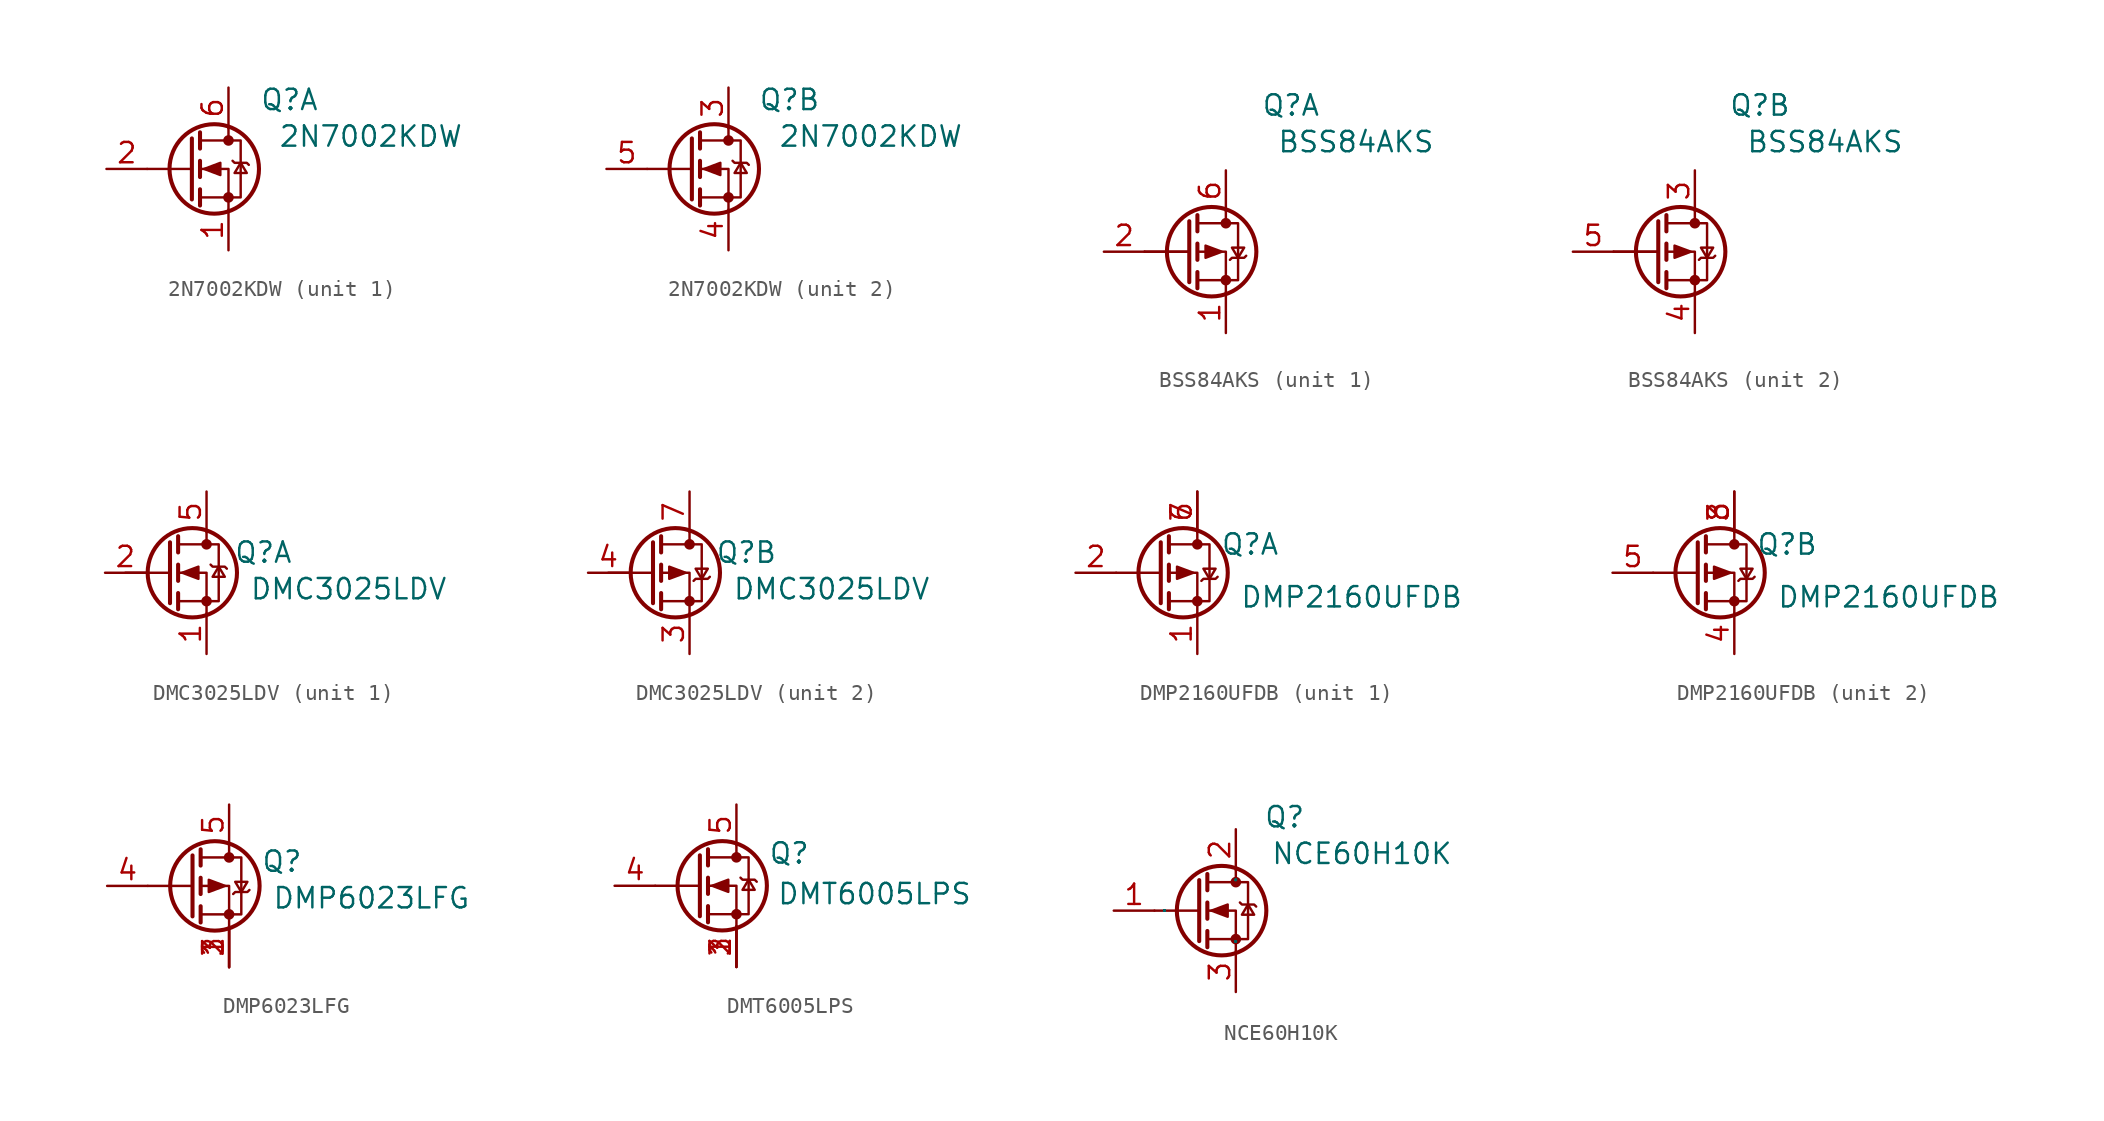
<source format=kicad_sym>
(kicad_symbol_lib
  (version 20241209)
  (generator "kicad_symbol_editor")
  (generator_version "9.0")
  (symbol "2N7002KDW"
    (property "Reference" "Q"
      (at 3.81 4.318 0)
      (effects (font (size 1.27 1.27))))
    (property "Value" "2N7002KDW"
      (at 8.89 2.032 0)
      (effects (font (size 1.27 1.27))))
    (symbol "2N7002KDW_0_1"
      (polyline (pts (xy -2.286 1.905) (xy -2.286 -1.905)) (stroke (width 0.254) (type default)) (fill (type none)))
      (polyline (pts (xy -2.286 0) (xy -5.08 0)) (stroke (width 0) (type default)) (fill (type none)))
      (polyline (pts (xy -1.778 2.286) (xy -1.778 1.27)) (stroke (width 0.254) (type default)) (fill (type none)))
      (polyline (pts (xy -1.778 0.508) (xy -1.778 -0.508)) (stroke (width 0.254) (type default)) (fill (type none)))
      (polyline (pts (xy -1.778 -1.27) (xy -1.778 -2.286)) (stroke (width 0.254) (type default)) (fill (type none)))
      (polyline (pts (xy -1.778 -1.778) (xy 0.762 -1.778) (xy 0.762 1.778) (xy -1.778 1.778)) (stroke (width 0) (type default)) (fill (type none)))
      (polyline (pts (xy -1.524 0) (xy -0.508 0.381) (xy -0.508 -0.381) (xy -1.524 0)) (stroke (width 0) (type default)) (fill (type outline)))
      (circle (center -0.889 0) (radius 2.794) (stroke (width 0.254) (type default)) (fill (type none)))
      (polyline (pts (xy 0 2.54) (xy 0 1.778)) (stroke (width 0) (type default)) (fill (type none)))
      (circle (center 0 1.778) (radius 0.254) (stroke (width 0) (type default)) (fill (type outline)))
      (circle (center 0 -1.778) (radius 0.254) (stroke (width 0) (type default)) (fill (type outline)))
      (polyline (pts (xy 0 -2.54) (xy 0 0) (xy -1.778 0)) (stroke (width 0) (type default)) (fill (type none)))
      (polyline (pts (xy 0.254 0.508) (xy 0.381 0.381) (xy 1.143 0.381) (xy 1.27 0.254)) (stroke (width 0) (type default)) (fill (type none)))
      (polyline (pts (xy 0.762 0.381) (xy 0.381 -0.254) (xy 1.143 -0.254) (xy 0.762 0.381)) (stroke (width 0) (type default)) (fill (type none))))
    (symbol "2N7002KDW_1_1"
      (pin input line (at -7.62 0 0) (length 2.54) (name "G1" (effects (font (size 0 0)))) (number "2" (effects (font (size 1.27 1.27)))))
      (pin passive line (at 0 5.08 270) (length 2.54) (name "D1" (effects (font (size 0 0)))) (number "6" (effects (font (size 1.27 1.27)))))
      (pin passive line (at 0 -5.08 90) (length 2.54) (name "S1" (effects (font (size 0 0)))) (number "1" (effects (font (size 1.27 1.27))))))
    (symbol "2N7002KDW_2_1"
      (pin input line (at -7.62 0 0) (length 2.54) (name "G2" (effects (font (size 0 0)))) (number "5" (effects (font (size 1.27 1.27)))))
      (pin passive line (at 0 5.08 270) (length 2.54) (name "D2" (effects (font (size 0 0)))) (number "3" (effects (font (size 1.27 1.27)))))
      (pin passive line (at 0 -5.08 90) (length 2.54) (name "S2" (effects (font (size 0 0)))) (number "4" (effects (font (size 1.27 1.27)))))))
  (symbol "BSS84AKS"
    (pin_names
      (hide yes))
    (property "Reference" "Q"
      (at 4.064 9.144 0)
      (effects (font (size 1.27 1.27))))
    (property "Value" "BSS84AKS"
      (at 8.128 6.858 0)
      (effects (font (size 1.27 1.27))))
    (symbol "BSS84AKS_0_1"
      (polyline (pts (xy -2.286 1.905) (xy -2.286 -1.905)) (stroke (width 0.254) (type default)) (fill (type none)))
      (polyline (pts (xy -2.286 0) (xy -5.08 0)) (stroke (width 0) (type default)) (fill (type none)))
      (polyline (pts (xy -2.286 0) (xy -5.08 0)) (stroke (width 0) (type default)) (fill (type none)))
      (polyline (pts (xy -1.778 2.286) (xy -1.778 1.27)) (stroke (width 0.254) (type default)) (fill (type none)))
      (polyline (pts (xy -1.778 1.778) (xy 0.762 1.778) (xy 0.762 -1.778) (xy -1.778 -1.778)) (stroke (width 0) (type default)) (fill (type none)))
      (polyline (pts (xy -1.778 0.508) (xy -1.778 -0.508)) (stroke (width 0.254) (type default)) (fill (type none)))
      (polyline (pts (xy -1.778 -1.27) (xy -1.778 -2.286)) (stroke (width 0.254) (type default)) (fill (type none)))
      (circle (center -0.889 0) (radius 2.794) (stroke (width 0.254) (type default)) (fill (type none)))
      (polyline (pts (xy -0.254 0) (xy -1.27 0.381) (xy -1.27 -0.381) (xy -0.254 0)) (stroke (width 0) (type default)) (fill (type outline)))
      (polyline (pts (xy 0 2.54) (xy 0 1.778)) (stroke (width 0) (type default)) (fill (type none)))
      (circle (center 0 1.778) (radius 0.254) (stroke (width 0) (type default)) (fill (type outline)))
      (circle (center 0 -1.778) (radius 0.254) (stroke (width 0) (type default)) (fill (type outline)))
      (polyline (pts (xy 0 -2.54) (xy 0 0) (xy -1.778 0)) (stroke (width 0) (type default)) (fill (type none)))
      (polyline (pts (xy 0.254 -0.508) (xy 0.381 -0.381) (xy 1.143 -0.381) (xy 1.27 -0.254)) (stroke (width 0) (type default)) (fill (type none)))
      (polyline (pts (xy 0.762 -0.381) (xy 0.381 0.254) (xy 1.143 0.254) (xy 0.762 -0.381)) (stroke (width 0) (type default)) (fill (type none))))
    (symbol "BSS84AKS_1_1"
      (pin input line (at -7.62 0 0) (length 2.54) (name "G" (effects (font (size 1.27 1.27)))) (number "2" (effects (font (size 1.27 1.27)))))
      (pin passive line (at 0 5.08 270) (length 2.54) (name "D" (effects (font (size 1.27 1.27)))) (number "6" (effects (font (size 1.27 1.27)))))
      (pin passive line (at 0 -5.08 90) (length 2.54) (name "S" (effects (font (size 1.27 1.27)))) (number "1" (effects (font (size 1.27 1.27))))))
    (symbol "BSS84AKS_2_1"
      (pin input line (at -7.62 0 0) (length 2.54) (name "G" (effects (font (size 1.27 1.27)))) (number "5" (effects (font (size 1.27 1.27)))))
      (pin passive line (at 0 5.08 270) (length 2.54) (name "D" (effects (font (size 1.27 1.27)))) (number "3" (effects (font (size 1.27 1.27)))))
      (pin passive line (at 0 -5.08 90) (length 2.54) (name "S" (effects (font (size 1.27 1.27)))) (number "4" (effects (font (size 1.27 1.27)))))))
  (symbol "DMC3025LDV"
    (pin_names
      (hide yes))
    (property "Reference" "Q"
      (at 6.096 1.27 0)
      (effects (font (size 1.27 1.27))))
    (property "Value" "DMC3025LDV"
      (at 11.43 -1.016 0)
      (effects (font (size 1.27 1.27))))
    (symbol "DMC3025LDV_0_1"
      (polyline (pts (xy 0.254 1.905) (xy 0.254 -1.905)) (stroke (width 0.254) (type default)) (fill (type none)))
      (polyline (pts (xy 0.254 0) (xy -2.54 0)) (stroke (width 0) (type default)) (fill (type none)))
      (polyline (pts (xy 0.762 2.286) (xy 0.762 1.27)) (stroke (width 0.254) (type default)) (fill (type none)))
      (polyline (pts (xy 0.762 0.508) (xy 0.762 -0.508)) (stroke (width 0.254) (type default)) (fill (type none)))
      (polyline (pts (xy 0.762 -1.27) (xy 0.762 -2.286)) (stroke (width 0.254) (type default)) (fill (type none)))
      (polyline (pts (xy 0.762 -1.778) (xy 3.302 -1.778) (xy 3.302 1.778) (xy 0.762 1.778)) (stroke (width 0) (type default)) (fill (type none)))
      (circle (center 1.651 0) (radius 2.794) (stroke (width 0.254) (type default)) (fill (type none)))
      (polyline (pts (xy 2.54 2.54) (xy 2.54 1.778)) (stroke (width 0) (type default)) (fill (type none)))
      (circle (center 2.54 1.778) (radius 0.254) (stroke (width 0) (type default)) (fill (type outline)))
      (circle (center 2.54 -1.778) (radius 0.254) (stroke (width 0) (type default)) (fill (type outline)))
      (polyline (pts (xy 2.54 -2.54) (xy 2.54 0) (xy 0.762 0)) (stroke (width 0) (type default)) (fill (type none))))
    (symbol "DMC3025LDV_1_1"
      (polyline (pts (xy 1.016 0) (xy 2.032 0.381) (xy 2.032 -0.381) (xy 1.016 0)) (stroke (width 0) (type default)) (fill (type outline)))
      (polyline (pts (xy 2.794 0.508) (xy 2.921 0.381) (xy 3.683 0.381) (xy 3.81 0.254)) (stroke (width 0) (type default)) (fill (type none)))
      (polyline (pts (xy 3.302 0.381) (xy 2.921 -0.254) (xy 3.683 -0.254) (xy 3.302 0.381)) (stroke (width 0) (type default)) (fill (type none)))
      (pin input line (at -3.81 0 0) (length 2.54) (name "G" (effects (font (size 0 0)))) (number "2" (effects (font (size 1.27 1.27)))))
      (pin passive line (at 2.54 5.08 270) (length 2.54) (name "D" (effects (font (size 0 0)))) (number "5" (effects (font (size 1.27 1.27)))))
      (pin passive line (at 2.54 -5.08 90) (length 2.54) (name "S" (effects (font (size 0 0)))) (number "1" (effects (font (size 1.27 1.27))))))
    (symbol "DMC3025LDV_2_1"
      (polyline (pts (xy 2.286 0) (xy 1.27 0.381) (xy 1.27 -0.381) (xy 2.286 0)) (stroke (width 0) (type default)) (fill (type outline)))
      (polyline (pts (xy 2.794 -0.508) (xy 2.921 -0.381) (xy 3.683 -0.381) (xy 3.81 -0.254)) (stroke (width 0) (type default)) (fill (type none)))
      (polyline (pts (xy 3.302 -0.381) (xy 2.921 0.254) (xy 3.683 0.254) (xy 3.302 -0.381)) (stroke (width 0) (type default)) (fill (type none)))
      (pin input line (at -3.81 0 0) (length 2.54) (name "G" (effects (font (size 0 0)))) (number "4" (effects (font (size 1.27 1.27)))))
      (pin passive line (at 2.54 5.08 270) (length 2.54) (name "D" (effects (font (size 0 0)))) (number "7" (effects (font (size 1.27 1.27)))))
      (pin passive line (at 2.54 -5.08 90) (length 2.54) (name "S" (effects (font (size 0 0)))) (number "3" (effects (font (size 1.27 1.27)))))))
  (symbol "DMP2160UFDB"
    (property "Reference" "Q"
      (at 3.302 1.778 0)
      (effects (font (size 1.27 1.27))))
    (property "Value" "DMP2160UFDB"
      (at 9.652 -1.524 0)
      (effects (font (size 1.27 1.27))))
    (property "ki_locked" ""
      (at 0 0 0)
      (effects (font (size 1.27 1.27))))
    (symbol "DMP2160UFDB_0_1"
      (polyline (pts (xy -2.286 1.905) (xy -2.286 -1.905)) (stroke (width 0.254) (type default)) (fill (type none)))
      (polyline (pts (xy -2.286 0) (xy -5.08 0)) (stroke (width 0) (type default)) (fill (type none)))
      (polyline (pts (xy -1.778 2.286) (xy -1.778 1.27)) (stroke (width 0.254) (type default)) (fill (type none)))
      (polyline (pts (xy -1.778 1.778) (xy 0.762 1.778) (xy 0.762 -1.778) (xy -1.778 -1.778)) (stroke (width 0) (type default)) (fill (type none)))
      (polyline (pts (xy -1.778 0.508) (xy -1.778 -0.508)) (stroke (width 0.254) (type default)) (fill (type none)))
      (polyline (pts (xy -1.778 -1.27) (xy -1.778 -2.286)) (stroke (width 0.254) (type default)) (fill (type none)))
      (circle (center -0.889 0) (radius 2.794) (stroke (width 0.254) (type default)) (fill (type none)))
      (polyline (pts (xy -0.254 0) (xy -1.27 0.381) (xy -1.27 -0.381) (xy -0.254 0)) (stroke (width 0) (type default)) (fill (type outline)))
      (polyline (pts (xy 0 2.54) (xy 0 1.778)) (stroke (width 0) (type default)) (fill (type none)))
      (circle (center 0 1.778) (radius 0.254) (stroke (width 0) (type default)) (fill (type outline)))
      (circle (center 0 -1.778) (radius 0.254) (stroke (width 0) (type default)) (fill (type outline)))
      (polyline (pts (xy 0 -2.54) (xy 0 0) (xy -1.778 0)) (stroke (width 0) (type default)) (fill (type none)))
      (polyline (pts (xy 0.254 -0.508) (xy 0.381 -0.381) (xy 1.143 -0.381) (xy 1.27 -0.254)) (stroke (width 0) (type default)) (fill (type none)))
      (polyline (pts (xy 0.762 -0.381) (xy 0.381 0.254) (xy 1.143 0.254) (xy 0.762 -0.381)) (stroke (width 0) (type default)) (fill (type none))))
    (symbol "DMP2160UFDB_1_1"
      (pin passive line (at -7.62 0 0) (length 2.54) (name "" (effects (font (size 1.27 1.27)))) (number "2" (effects (font (size 1.27 1.27)))))
      (pin passive line (at 0 5.08 270) (length 2.54) (name "" (effects (font (size 1.27 1.27)))) (number "6" (effects (font (size 1.27 1.27)))))
      (pin passive line (at 0 5.08 270) (length 2.54) (name "" (effects (font (size 1.27 1.27)))) (number "7" (effects (font (size 1.27 1.27)))))
      (pin passive line (at 0 -5.08 90) (length 2.54) (name "" (effects (font (size 1.27 1.27)))) (number "1" (effects (font (size 1.27 1.27))))))
    (symbol "DMP2160UFDB_2_1"
      (pin passive line (at -7.62 0 0) (length 2.54) (name "" (effects (font (size 1.27 1.27)))) (number "5" (effects (font (size 1.27 1.27)))))
      (pin passive line (at 0 5.08 270) (length 2.54) (name "" (effects (font (size 1.27 1.27)))) (number "3" (effects (font (size 1.27 1.27)))))
      (pin passive line (at 0 5.08 270) (length 2.54) (name "" (effects (font (size 1.27 1.27)))) (number "8" (effects (font (size 1.27 1.27)))))
      (pin passive line (at 0 -5.08 90) (length 2.54) (name "" (effects (font (size 1.27 1.27)))) (number "4" (effects (font (size 1.27 1.27)))))))
  (symbol "DMP6023LFG"
    (pin_names
      (hide yes))
    (property "Reference" "Q"
      (at 3.302 1.524 0)
      (effects (font (size 1.27 1.27))))
    (property "Value" "DMP6023LFG"
      (at 8.89 -0.762 0)
      (effects (font (size 1.27 1.27))))
    (symbol "DMP6023LFG_0_1"
      (polyline (pts (xy -2.286 1.905) (xy -2.286 -1.905)) (stroke (width 0.254) (type default)) (fill (type none)))
      (polyline (pts (xy -2.286 0) (xy -5.08 0)) (stroke (width 0) (type default)) (fill (type none)))
      (polyline (pts (xy -1.778 2.286) (xy -1.778 1.27)) (stroke (width 0.254) (type default)) (fill (type none)))
      (polyline (pts (xy -1.778 1.778) (xy 0.762 1.778) (xy 0.762 -1.778) (xy -1.778 -1.778)) (stroke (width 0) (type default)) (fill (type none)))
      (polyline (pts (xy -1.778 0.508) (xy -1.778 -0.508)) (stroke (width 0.254) (type default)) (fill (type none)))
      (polyline (pts (xy -1.778 -1.27) (xy -1.778 -2.286)) (stroke (width 0.254) (type default)) (fill (type none)))
      (circle (center -0.889 0) (radius 2.794) (stroke (width 0.254) (type default)) (fill (type none)))
      (polyline (pts (xy -0.254 0) (xy -1.27 0.381) (xy -1.27 -0.381) (xy -0.254 0)) (stroke (width 0) (type default)) (fill (type outline)))
      (polyline (pts (xy 0 2.54) (xy 0 1.778)) (stroke (width 0) (type default)) (fill (type none)))
      (circle (center 0 1.778) (radius 0.254) (stroke (width 0) (type default)) (fill (type outline)))
      (circle (center 0 -1.778) (radius 0.254) (stroke (width 0) (type default)) (fill (type outline)))
      (polyline (pts (xy 0 -2.54) (xy 0 0) (xy -1.778 0)) (stroke (width 0) (type default)) (fill (type none)))
      (polyline (pts (xy 0.254 -0.508) (xy 0.381 -0.381) (xy 1.143 -0.381) (xy 1.27 -0.254)) (stroke (width 0) (type default)) (fill (type none)))
      (polyline (pts (xy 0.762 -0.381) (xy 0.381 0.254) (xy 1.143 0.254) (xy 0.762 -0.381)) (stroke (width 0) (type default)) (fill (type none))))
    (symbol "DMP6023LFG_1_1"
      (pin input line (at -7.62 0 0) (length 2.54) (name "G" (effects (font (size 1.27 1.27)))) (number "4" (effects (font (size 1.27 1.27)))))
      (pin passive line (at 0 5.08 270) (length 2.54) (name "D" (effects (font (size 1.27 1.27)))) (number "5" (effects (font (size 1.27 1.27)))))
      (pin passive line (at 0 -5.08 90) (length 2.54) (name "S" (effects (font (size 1.27 1.27)))) (number "1" (effects (font (size 1.27 1.27)))))
      (pin passive line (at 0 -5.08 90) (length 2.54) (name "S" (effects (font (size 1.27 1.27)))) (number "2" (effects (font (size 1.27 1.27)))))
      (pin passive line (at 0 -5.08 90) (length 2.54) (name "S" (effects (font (size 1.27 1.27)))) (number "3" (effects (font (size 1.27 1.27)))))))
  (symbol "DMT6005LPS"
    (pin_names
      (hide yes))
    (property "Reference" "Q"
      (at 3.302 2.032 0)
      (effects (font (size 1.27 1.27))))
    (property "Value" "DMT6005LPS"
      (at 8.636 -0.508 0)
      (effects (font (size 1.27 1.27))))
    (symbol "DMT6005LPS_0_1"
      (polyline (pts (xy -2.286 1.905) (xy -2.286 -1.905)) (stroke (width 0.254) (type default)) (fill (type none)))
      (polyline (pts (xy -2.286 0) (xy -5.08 0)) (stroke (width 0) (type default)) (fill (type none)))
      (polyline (pts (xy -1.778 2.286) (xy -1.778 1.27)) (stroke (width 0.254) (type default)) (fill (type none)))
      (polyline (pts (xy -1.778 0.508) (xy -1.778 -0.508)) (stroke (width 0.254) (type default)) (fill (type none)))
      (polyline (pts (xy -1.778 -1.27) (xy -1.778 -2.286)) (stroke (width 0.254) (type default)) (fill (type none)))
      (polyline (pts (xy -1.778 -1.778) (xy 0.762 -1.778) (xy 0.762 1.778) (xy -1.778 1.778)) (stroke (width 0) (type default)) (fill (type none)))
      (polyline (pts (xy -1.524 0) (xy -0.508 0.381) (xy -0.508 -0.381) (xy -1.524 0)) (stroke (width 0) (type default)) (fill (type outline)))
      (circle (center -0.889 0) (radius 2.794) (stroke (width 0.254) (type default)) (fill (type none)))
      (polyline (pts (xy 0 2.54) (xy 0 1.778)) (stroke (width 0) (type default)) (fill (type none)))
      (circle (center 0 1.778) (radius 0.254) (stroke (width 0) (type default)) (fill (type outline)))
      (circle (center 0 -1.778) (radius 0.254) (stroke (width 0) (type default)) (fill (type outline)))
      (polyline (pts (xy 0 -2.54) (xy 0 0) (xy -1.778 0)) (stroke (width 0) (type default)) (fill (type none)))
      (polyline (pts (xy 0.254 0.508) (xy 0.381 0.381) (xy 1.143 0.381) (xy 1.27 0.254)) (stroke (width 0) (type default)) (fill (type none)))
      (polyline (pts (xy 0.762 0.381) (xy 0.381 -0.254) (xy 1.143 -0.254) (xy 0.762 0.381)) (stroke (width 0) (type default)) (fill (type none))))
    (symbol "DMT6005LPS_1_1"
      (pin input line (at -7.62 0 0) (length 2.54) (name "G" (effects (font (size 1.27 1.27)))) (number "4" (effects (font (size 1.27 1.27)))))
      (pin passive line (at 0 5.08 270) (length 2.54) (name "D" (effects (font (size 1.27 1.27)))) (number "5" (effects (font (size 1.27 1.27)))))
      (pin passive line (at 0 -5.08 90) (length 2.54) (name "S" (effects (font (size 1.27 1.27)))) (number "1" (effects (font (size 1.27 1.27)))))
      (pin passive line (at 0 -5.08 90) (length 2.54) (name "S" (effects (font (size 1.27 1.27)))) (number "2" (effects (font (size 1.27 1.27)))))
      (pin passive line (at 0 -5.08 90) (length 2.54) (name "S" (effects (font (size 1.27 1.27)))) (number "3" (effects (font (size 1.27 1.27)))))))
  (symbol "NCE60H10K"
    (property "Reference" "Q"
      (at 3.048 5.842 0)
      (effects (font (size 1.27 1.27))))
    (property "Value" "NCE60H10K"
      (at 7.874 3.556 0)
      (effects (font (size 1.27 1.27))))
    (symbol "NCE60H10K_0_1"
      (polyline (pts (xy -2.286 1.905) (xy -2.286 -1.905)) (stroke (width 0.254) (type default)) (fill (type none)))
      (polyline (pts (xy -2.286 0) (xy -5.08 0)) (stroke (width 0) (type default)) (fill (type none)))
      (polyline (pts (xy -1.778 2.286) (xy -1.778 1.27)) (stroke (width 0.254) (type default)) (fill (type none)))
      (polyline (pts (xy -1.778 0.508) (xy -1.778 -0.508)) (stroke (width 0.254) (type default)) (fill (type none)))
      (polyline (pts (xy -1.778 -1.27) (xy -1.778 -2.286)) (stroke (width 0.254) (type default)) (fill (type none)))
      (polyline (pts (xy -1.778 -1.778) (xy 0.762 -1.778) (xy 0.762 1.778) (xy -1.778 1.778)) (stroke (width 0) (type default)) (fill (type none)))
      (polyline (pts (xy -1.524 0) (xy -0.508 0.381) (xy -0.508 -0.381) (xy -1.524 0)) (stroke (width 0) (type default)) (fill (type outline)))
      (circle (center -0.889 0) (radius 2.794) (stroke (width 0.254) (type default)) (fill (type none)))
      (polyline (pts (xy 0 2.54) (xy 0 1.778)) (stroke (width 0) (type default)) (fill (type none)))
      (circle (center 0 1.778) (radius 0.254) (stroke (width 0) (type default)) (fill (type outline)))
      (circle (center 0 -1.778) (radius 0.254) (stroke (width 0) (type default)) (fill (type outline)))
      (polyline (pts (xy 0 -2.54) (xy 0 0) (xy -1.778 0)) (stroke (width 0) (type default)) (fill (type none)))
      (polyline (pts (xy 0.254 0.508) (xy 0.381 0.381) (xy 1.143 0.381) (xy 1.27 0.254)) (stroke (width 0) (type default)) (fill (type none)))
      (polyline (pts (xy 0.762 0.381) (xy 0.381 -0.254) (xy 1.143 -0.254) (xy 0.762 0.381)) (stroke (width 0) (type default)) (fill (type none))))
    (symbol "NCE60H10K_1_1"
      (pin input line (at -7.62 0 0) (length 2.54) (name "G" (effects (font (size 0.025 0.025)))) (number "1" (effects (font (size 1.27 1.27)))))
      (pin passive line (at 0 5.08 270) (length 2.54) (name "D" (effects (font (size 0.025 0.025)))) (number "2" (effects (font (size 1.27 1.27)))))
      (pin passive line (at 0 -5.08 90) (length 2.54) (name "S" (effects (font (size 0.025 0.025)))) (number "3" (effects (font (size 1.27 1.27))))))))
</source>
